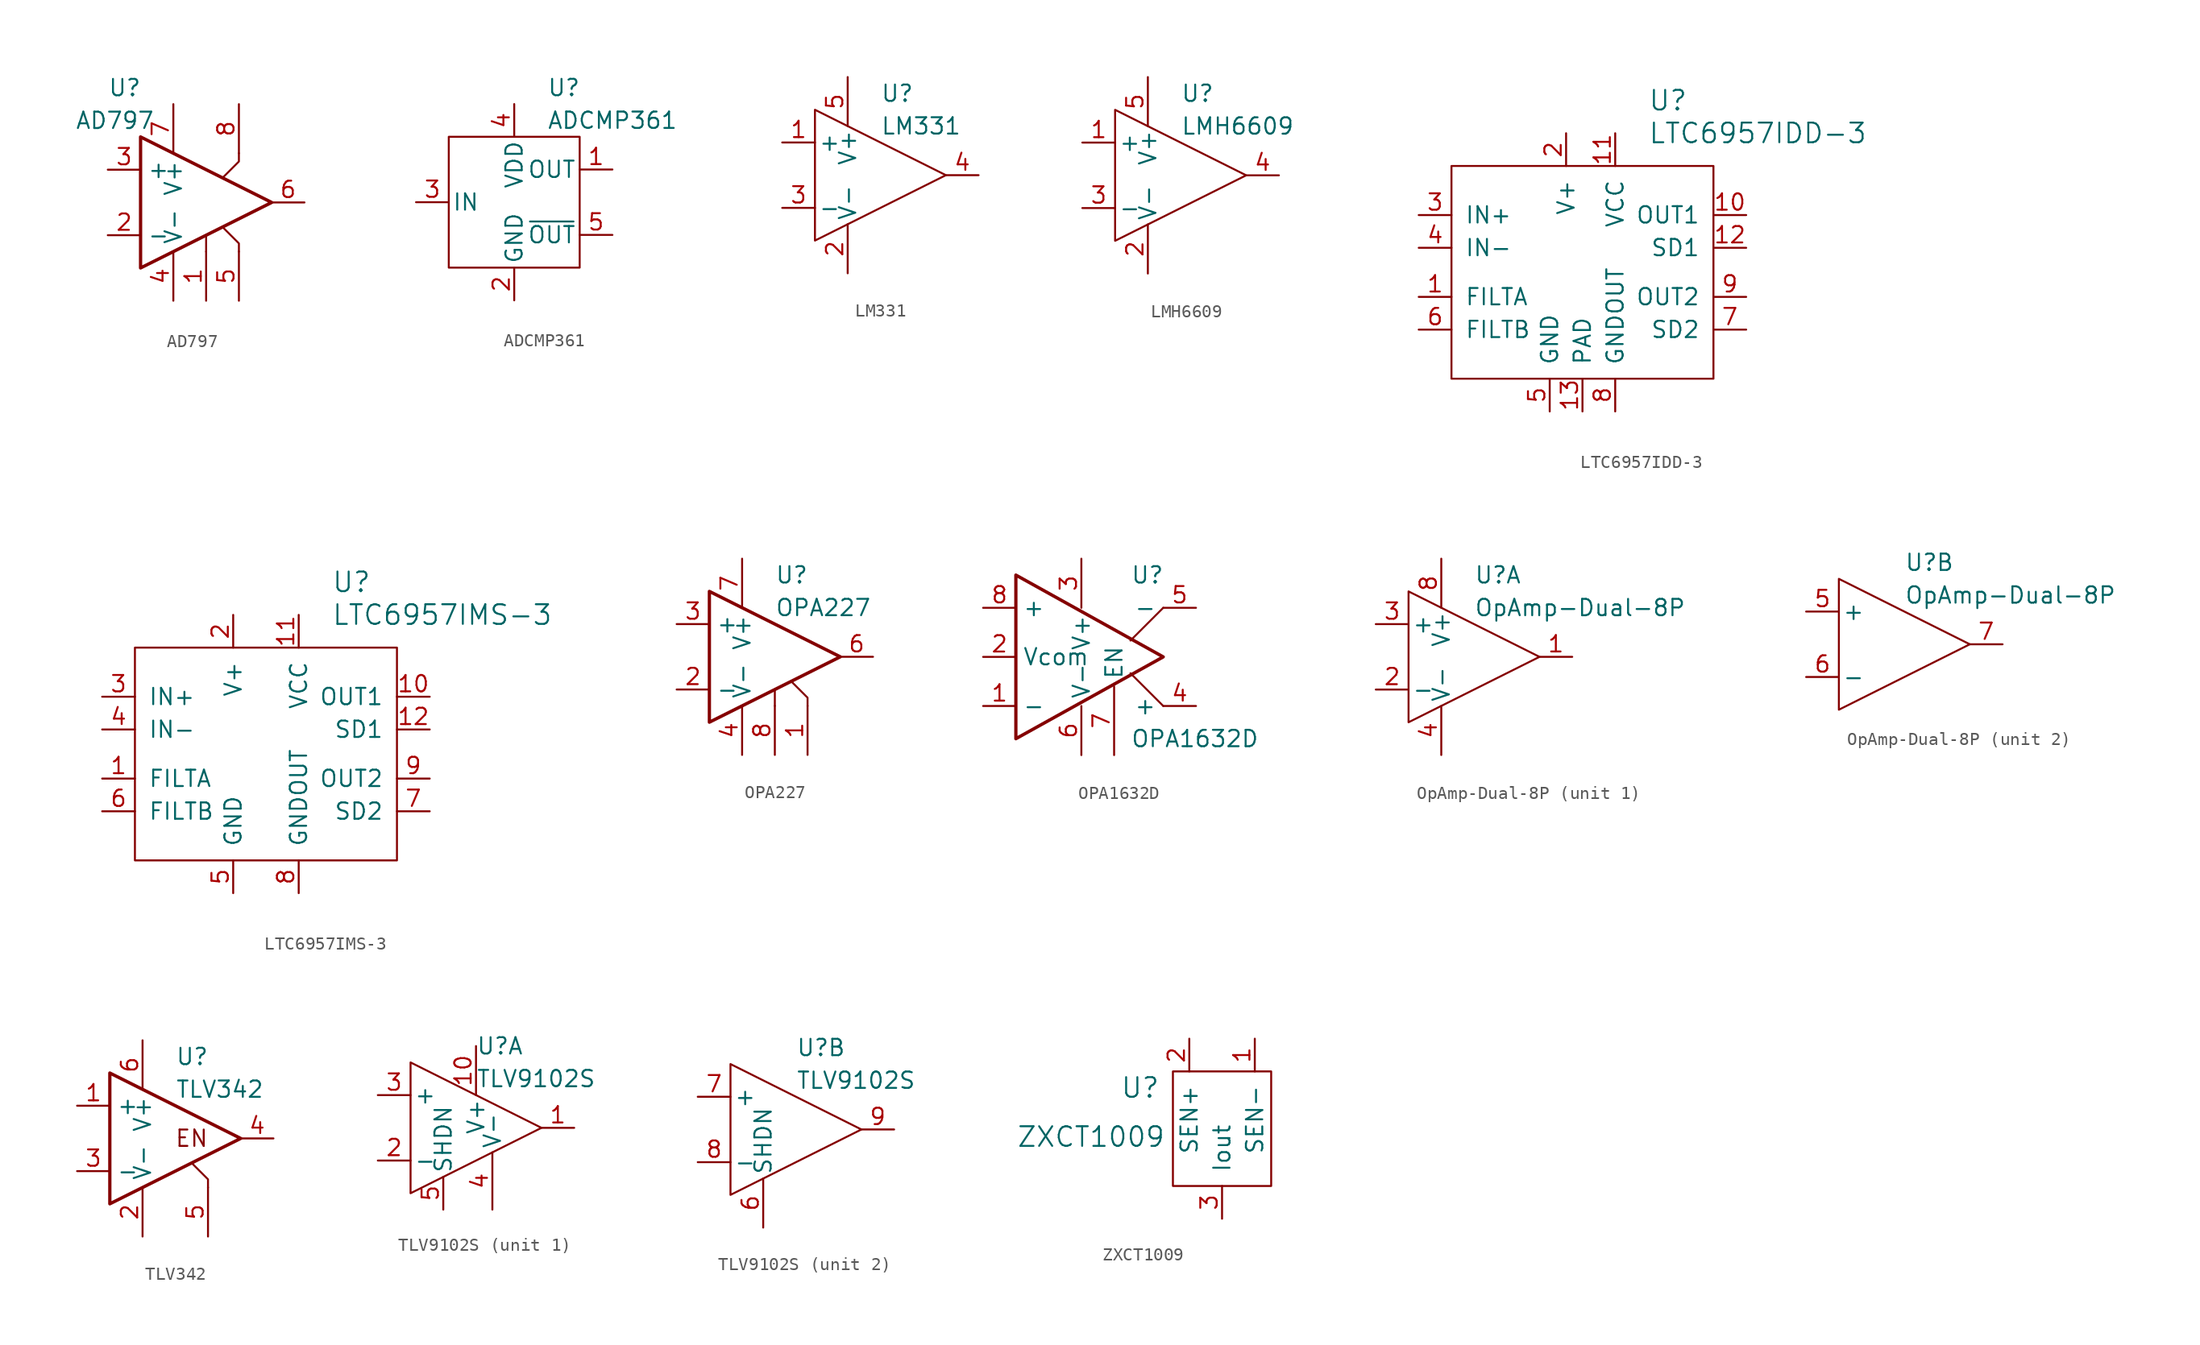
<source format=kicad_sym>
(kicad_symbol_lib
  (version 20211014)
  (generator kicad_symbol_editor)
  (symbol "AD797"
    (property "Reference" "U"
      (at -7.62 8.89 0)
      (effects (font (size 1.27 1.27)) (justify left)))
    (property "Value" "AD797"
      (at -10.16 6.35 0)
      (effects (font (size 1.27 1.27)) (justify left)))
    (property "Footprint" ""
      (at -2.54 -2.54 0)
      (effects (font (size 1.27 1.27))))
    (property "Datasheet" ""
      (at 0 0 0)
      (effects (font (size 1.27 1.27))))
    (symbol "AD797_0_1"
      (polyline (pts (xy 0 -3.81) (xy 0 -2.54)) (stroke (width 0.152) (type default) (color 0 0 0 0)) (fill (type none)))
      (polyline (pts (xy 1.27 -1.905) (xy 2.54 -3.175) (xy 2.54 -3.81)) (stroke (width 0.152) (type default) (color 0 0 0 0)) (fill (type none)))
      (polyline (pts (xy 2.54 3.81) (xy 2.54 3.175) (xy 1.27 1.905)) (stroke (width 0.152) (type default) (color 0 0 0 0)) (fill (type none)))
      (polyline (pts (xy -5.08 5.08) (xy 5.08 0) (xy -5.08 -5.08) (xy -5.08 5.08)) (stroke (width 0.254) (type default) (color 0 0 0 0)) (fill (type none))))
    (symbol "AD797_1_1"
      (pin passive line (at 0 -7.62 90) (length 3.81) (name "~" (effects (font (size 1.27 1.27)))) (number "1" (effects (font (size 1.27 1.27)))))
      (pin input line (at -7.62 -2.54 0) (length 2.54) (name "-" (effects (font (size 1.27 1.27)))) (number "2" (effects (font (size 1.27 1.27)))))
      (pin input line (at -7.62 2.54 0) (length 2.54) (name "+" (effects (font (size 1.27 1.27)))) (number "3" (effects (font (size 1.27 1.27)))))
      (pin power_in line (at -2.54 -7.62 90) (length 3.81) (name "V-" (effects (font (size 1.27 1.27)))) (number "4" (effects (font (size 1.27 1.27)))))
      (pin passive line (at 2.54 -7.62 90) (length 3.81) (name "~" (effects (font (size 1.27 1.27)))) (number "5" (effects (font (size 1.27 1.27)))))
      (pin output line (at 7.62 0 180) (length 2.54) (name "~" (effects (font (size 1.27 1.27)))) (number "6" (effects (font (size 1.27 1.27)))))
      (pin power_in line (at -2.54 7.62 270) (length 3.81) (name "V+" (effects (font (size 1.27 1.27)))) (number "7" (effects (font (size 1.27 1.27)))))
      (pin passive line (at 2.54 7.62 270) (length 3.81) (name "~" (effects (font (size 1.27 1.27)))) (number "8" (effects (font (size 1.27 1.27)))))))
  (symbol "ADCMP361"
    (pin_names
      (offset 0.254))
    (property "Reference" "U"
      (at 2.54 8.89 0)
      (effects (font (size 1.27 1.27)) (justify left)))
    (property "Value" "ADCMP361"
      (at 2.54 6.35 0)
      (effects (font (size 1.27 1.27)) (justify left)))
    (property "Footprint" ""
      (at 0 0 0)
      (effects (font (size 1.524 1.524))))
    (property "Datasheet" ""
      (at 0 0 0)
      (effects (font (size 1.524 1.524))))
    (symbol "ADCMP361_0_1"
      (rectangle (start -5.08 5.08) (end 5.08 -5.08) (stroke (width 0) (type default) (color 0 0 0 0)) (fill (type none))))
    (symbol "ADCMP361_1_1"
      (pin output line (at 7.62 2.54 180) (length 2.54) (name "OUT" (effects (font (size 1.27 1.27)))) (number "1" (effects (font (size 1.27 1.27)))))
      (pin power_in line (at 0 -7.62 90) (length 2.54) (name "GND" (effects (font (size 1.27 1.27)))) (number "2" (effects (font (size 1.27 1.27)))))
      (pin input line (at -7.62 0 0) (length 2.54) (name "IN" (effects (font (size 1.27 1.27)))) (number "3" (effects (font (size 1.27 1.27)))))
      (pin power_in line (at 0 7.62 270) (length 2.54) (name "VDD" (effects (font (size 1.27 1.27)))) (number "4" (effects (font (size 1.27 1.27)))))
      (pin output line (at 7.62 -2.54 180) (length 2.54) (name "~{OUT}" (effects (font (size 1.27 1.27)))) (number "5" (effects (font (size 1.27 1.27)))))))
  (symbol "LM331"
    (pin_names
      (offset 0.254))
    (property "Reference" "U"
      (at 0 6.35 0)
      (effects (font (size 1.27 1.27)) (justify left)))
    (property "Value" "LM331"
      (at 0 3.81 0)
      (effects (font (size 1.27 1.27)) (justify left)))
    (property "Footprint" ""
      (at 0 0 0)
      (effects (font (size 1.524 1.524))))
    (property "Datasheet" ""
      (at 0 0 0)
      (effects (font (size 1.524 1.524))))
    (symbol "LM331_0_1"
      (polyline (pts (xy -5.08 5.08) (xy 5.08 0) (xy -5.08 -5.08) (xy -5.08 5.08)) (stroke (width 0.152) (type default) (color 0 0 0 0)) (fill (type none))))
    (symbol "LM331_1_1"
      (pin input line (at -7.62 2.54 0) (length 2.54) (name "+" (effects (font (size 1.27 1.27)))) (number "1" (effects (font (size 1.27 1.27)))))
      (pin power_in line (at -2.54 -7.62 90) (length 3.81) (name "V-" (effects (font (size 1.27 1.27)))) (number "2" (effects (font (size 1.27 1.27)))))
      (pin input line (at -7.62 -2.54 0) (length 2.54) (name "-" (effects (font (size 1.27 1.27)))) (number "3" (effects (font (size 1.27 1.27)))))
      (pin output line (at 7.62 0 180) (length 2.54) (name "~" (effects (font (size 1.27 1.27)))) (number "4" (effects (font (size 1.27 1.27)))))
      (pin power_in line (at -2.54 7.62 270) (length 3.81) (name "V+" (effects (font (size 1.27 1.27)))) (number "5" (effects (font (size 1.27 1.27)))))))
  (symbol "LMH6609"
    (pin_names
      (offset 0.254))
    (property "Reference" "U"
      (at 0 6.35 0)
      (effects (font (size 1.27 1.27)) (justify left)))
    (property "Value" "LMH6609"
      (at 0 3.81 0)
      (effects (font (size 1.27 1.27)) (justify left)))
    (property "Footprint" ""
      (at 0 0 0)
      (effects (font (size 1.524 1.524))))
    (property "Datasheet" ""
      (at 0 0 0)
      (effects (font (size 1.524 1.524))))
    (symbol "LMH6609_0_1"
      (polyline (pts (xy -5.08 5.08) (xy 5.08 0) (xy -5.08 -5.08) (xy -5.08 5.08)) (stroke (width 0.152) (type default) (color 0 0 0 0)) (fill (type none))))
    (symbol "LMH6609_1_1"
      (pin input line (at -7.62 2.54 0) (length 2.54) (name "+" (effects (font (size 1.27 1.27)))) (number "1" (effects (font (size 1.27 1.27)))))
      (pin power_in line (at -2.54 -7.62 90) (length 3.81) (name "V-" (effects (font (size 1.27 1.27)))) (number "2" (effects (font (size 1.27 1.27)))))
      (pin input line (at -7.62 -2.54 0) (length 2.54) (name "-" (effects (font (size 1.27 1.27)))) (number "3" (effects (font (size 1.27 1.27)))))
      (pin output line (at 7.62 0 180) (length 2.54) (name "~" (effects (font (size 1.27 1.27)))) (number "4" (effects (font (size 1.27 1.27)))))
      (pin power_in line (at -2.54 7.62 270) (length 3.81) (name "V+" (effects (font (size 1.27 1.27)))) (number "5" (effects (font (size 1.27 1.27)))))))
  (symbol "LTC6957IDD-3"
    (pin_names
      (offset 1.016))
    (property "Reference" "U"
      (at 5.08 11.43 0)
      (effects (font (size 1.524 1.524)) (justify left)))
    (property "Value" "LTC6957IDD-3"
      (at 5.08 8.89 0)
      (effects (font (size 1.524 1.524)) (justify left)))
    (symbol "LTC6957IDD-3_0_1"
      (rectangle (start -10.16 6.35) (end 10.16 -10.16) (stroke (width 0) (type default) (color 0 0 0 0)) (fill (type none))))
    (symbol "LTC6957IDD-3_1_1"
      (pin input line (at -12.7 -3.81 0) (length 2.54) (name "FILTA" (effects (font (size 1.27 1.27)))) (number "1" (effects (font (size 1.27 1.27)))))
      (pin output line (at 12.7 2.54 180) (length 2.54) (name "OUT1" (effects (font (size 1.27 1.27)))) (number "10" (effects (font (size 1.27 1.27)))))
      (pin power_in line (at 2.54 8.89 270) (length 2.54) (name "VCC" (effects (font (size 1.27 1.27)))) (number "11" (effects (font (size 1.27 1.27)))))
      (pin input line (at 12.7 0 180) (length 2.54) (name "SD1" (effects (font (size 1.27 1.27)))) (number "12" (effects (font (size 1.27 1.27)))))
      (pin power_in line (at 0 -12.7 90) (length 2.54) (name "PAD" (effects (font (size 1.27 1.27)))) (number "13" (effects (font (size 1.27 1.27)))))
      (pin power_in line (at -1.27 8.89 270) (length 2.54) (name "V+" (effects (font (size 1.27 1.27)))) (number "2" (effects (font (size 1.27 1.27)))))
      (pin input line (at -12.7 2.54 0) (length 2.54) (name "IN+" (effects (font (size 1.27 1.27)))) (number "3" (effects (font (size 1.27 1.27)))))
      (pin input line (at -12.7 0 0) (length 2.54) (name "IN-" (effects (font (size 1.27 1.27)))) (number "4" (effects (font (size 1.27 1.27)))))
      (pin power_in line (at -2.54 -12.7 90) (length 2.54) (name "GND" (effects (font (size 1.27 1.27)))) (number "5" (effects (font (size 1.27 1.27)))))
      (pin input line (at -12.7 -6.35 0) (length 2.54) (name "FILTB" (effects (font (size 1.27 1.27)))) (number "6" (effects (font (size 1.27 1.27)))))
      (pin input line (at 12.7 -6.35 180) (length 2.54) (name "SD2" (effects (font (size 1.27 1.27)))) (number "7" (effects (font (size 1.27 1.27)))))
      (pin power_in line (at 2.54 -12.7 90) (length 2.54) (name "GNDOUT" (effects (font (size 1.27 1.27)))) (number "8" (effects (font (size 1.27 1.27)))))
      (pin output line (at 12.7 -3.81 180) (length 2.54) (name "OUT2" (effects (font (size 1.27 1.27)))) (number "9" (effects (font (size 1.27 1.27)))))))
  (symbol "LTC6957IMS-3"
    (pin_names
      (offset 1.016))
    (property "Reference" "U"
      (at 5.08 11.43 0)
      (effects (font (size 1.524 1.524)) (justify left)))
    (property "Value" "LTC6957IMS-3"
      (at 5.08 8.89 0)
      (effects (font (size 1.524 1.524)) (justify left)))
    (symbol "LTC6957IMS-3_0_1"
      (rectangle (start -10.16 6.35) (end 10.16 -10.16) (stroke (width 0) (type default) (color 0 0 0 0)) (fill (type none))))
    (symbol "LTC6957IMS-3_1_1"
      (pin input line (at -12.7 -3.81 0) (length 2.54) (name "FILTA" (effects (font (size 1.27 1.27)))) (number "1" (effects (font (size 1.27 1.27)))))
      (pin output line (at 12.7 2.54 180) (length 2.54) (name "OUT1" (effects (font (size 1.27 1.27)))) (number "10" (effects (font (size 1.27 1.27)))))
      (pin power_in line (at 2.54 8.89 270) (length 2.54) (name "VCC" (effects (font (size 1.27 1.27)))) (number "11" (effects (font (size 1.27 1.27)))))
      (pin input line (at 12.7 0 180) (length 2.54) (name "SD1" (effects (font (size 1.27 1.27)))) (number "12" (effects (font (size 1.27 1.27)))))
      (pin power_in line (at -2.54 8.89 270) (length 2.54) (name "V+" (effects (font (size 1.27 1.27)))) (number "2" (effects (font (size 1.27 1.27)))))
      (pin input line (at -12.7 2.54 0) (length 2.54) (name "IN+" (effects (font (size 1.27 1.27)))) (number "3" (effects (font (size 1.27 1.27)))))
      (pin input line (at -12.7 0 0) (length 2.54) (name "IN-" (effects (font (size 1.27 1.27)))) (number "4" (effects (font (size 1.27 1.27)))))
      (pin power_in line (at -2.54 -12.7 90) (length 2.54) (name "GND" (effects (font (size 1.27 1.27)))) (number "5" (effects (font (size 1.27 1.27)))))
      (pin input line (at -12.7 -6.35 0) (length 2.54) (name "FILTB" (effects (font (size 1.27 1.27)))) (number "6" (effects (font (size 1.27 1.27)))))
      (pin input line (at 12.7 -6.35 180) (length 2.54) (name "SD2" (effects (font (size 1.27 1.27)))) (number "7" (effects (font (size 1.27 1.27)))))
      (pin power_in line (at 2.54 -12.7 90) (length 2.54) (name "GNDOUT" (effects (font (size 1.27 1.27)))) (number "8" (effects (font (size 1.27 1.27)))))
      (pin output line (at 12.7 -3.81 180) (length 2.54) (name "OUT2" (effects (font (size 1.27 1.27)))) (number "9" (effects (font (size 1.27 1.27)))))))
  (symbol "OPA227"
    (property "Reference" "U"
      (at 0 6.35 0)
      (effects (font (size 1.27 1.27)) (justify left)))
    (property "Value" "OPA227"
      (at 0 3.81 0)
      (effects (font (size 1.27 1.27)) (justify left)))
    (property "Footprint" ""
      (at -2.54 -2.54 0)
      (effects (font (size 1.27 1.27))))
    (property "Datasheet" ""
      (at 0 0 0)
      (effects (font (size 1.27 1.27))))
    (symbol "OPA227_0_1"
      (polyline (pts (xy 0 -3.81) (xy 0 -2.54)) (stroke (width 0.152) (type default) (color 0 0 0 0)) (fill (type none)))
      (polyline (pts (xy 1.27 -1.905) (xy 2.54 -3.175) (xy 2.54 -3.81)) (stroke (width 0.152) (type default) (color 0 0 0 0)) (fill (type none)))
      (polyline (pts (xy -5.08 5.08) (xy 5.08 0) (xy -5.08 -5.08) (xy -5.08 5.08)) (stroke (width 0.254) (type default) (color 0 0 0 0)) (fill (type none))))
    (symbol "OPA227_1_1"
      (pin passive line (at 2.54 -7.62 90) (length 3.81) (name "~" (effects (font (size 1.27 1.27)))) (number "1" (effects (font (size 1.27 1.27)))))
      (pin input line (at -7.62 -2.54 0) (length 2.54) (name "-" (effects (font (size 1.27 1.27)))) (number "2" (effects (font (size 1.27 1.27)))))
      (pin input line (at -7.62 2.54 0) (length 2.54) (name "+" (effects (font (size 1.27 1.27)))) (number "3" (effects (font (size 1.27 1.27)))))
      (pin power_in line (at -2.54 -7.62 90) (length 3.81) (name "V-" (effects (font (size 1.27 1.27)))) (number "4" (effects (font (size 1.27 1.27)))))
      (pin output line (at 7.62 0 180) (length 2.54) (name "~" (effects (font (size 1.27 1.27)))) (number "6" (effects (font (size 1.27 1.27)))))
      (pin power_in line (at -2.54 7.62 270) (length 3.81) (name "V+" (effects (font (size 1.27 1.27)))) (number "7" (effects (font (size 1.27 1.27)))))
      (pin passive line (at 0 -7.62 90) (length 3.81) (name "~" (effects (font (size 1.27 1.27)))) (number "8" (effects (font (size 1.27 1.27)))))))
  (symbol "OPA1632D"
    (property "Reference" "U"
      (at 3.81 6.35 0)
      (effects (font (size 1.27 1.27)) (justify left)))
    (property "Value" "OPA1632D"
      (at 3.81 -6.35 0)
      (effects (font (size 1.27 1.27)) (justify left)))
    (property "Footprint" ""
      (at 0 0 0)
      (effects (font (size 1.27 1.27))))
    (property "Datasheet" ""
      (at 0 0 0)
      (effects (font (size 1.27 1.27))))
    (symbol "OPA1632D_0_1"
      (polyline (pts (xy 6.35 -3.81) (xy 3.81 -1.27)) (stroke (width 0) (type default) (color 0 0 0 0)) (fill (type none)))
      (polyline (pts (xy 6.35 3.81) (xy 3.81 1.27)) (stroke (width 0) (type default) (color 0 0 0 0)) (fill (type none)))
      (polyline (pts (xy 6.35 0) (xy -5.08 6.35) (xy -5.08 -6.35) (xy 6.35 0)) (stroke (width 0.254) (type default) (color 0 0 0 0)) (fill (type none))))
    (symbol "OPA1632D_1_1"
      (pin input line (at -7.62 -3.81 0) (length 2.54) (name "-" (effects (font (size 1.27 1.27)))) (number "1" (effects (font (size 1.27 1.27)))))
      (pin input line (at -7.62 0 0) (length 2.54) (name "Vcom" (effects (font (size 1.27 1.27)))) (number "2" (effects (font (size 1.27 1.27)))))
      (pin power_in line (at 0 7.62 270) (length 3.81) (name "V+" (effects (font (size 1.27 1.27)))) (number "3" (effects (font (size 1.27 1.27)))))
      (pin output line (at 8.89 -3.81 180) (length 2.54) (name "+" (effects (font (size 1.27 1.27)))) (number "4" (effects (font (size 1.27 1.27)))))
      (pin output line (at 8.89 3.81 180) (length 2.54) (name "-" (effects (font (size 1.27 1.27)))) (number "5" (effects (font (size 1.27 1.27)))))
      (pin power_in line (at 0 -7.62 90) (length 3.81) (name "V-" (effects (font (size 1.27 1.27)))) (number "6" (effects (font (size 1.27 1.27)))))
      (pin passive line (at 2.54 -7.62 90) (length 5.334) (name "EN" (effects (font (size 1.27 1.27)))) (number "7" (effects (font (size 1.27 1.27)))))
      (pin input line (at -7.62 3.81 0) (length 2.54) (name "+" (effects (font (size 1.27 1.27)))) (number "8" (effects (font (size 1.27 1.27)))))))
  (symbol "OpAmp-Dual-8P"
    (pin_names
      (offset 0.254))
    (property "Reference" "U"
      (at 0 6.35 0)
      (effects (font (size 1.27 1.27)) (justify left)))
    (property "Value" "OpAmp-Dual-8P"
      (at 0 3.81 0)
      (effects (font (size 1.27 1.27)) (justify left)))
    (property "Footprint" ""
      (at 0 0 0)
      (effects (font (size 1.524 1.524))))
    (property "Datasheet" ""
      (at 0 0 0)
      (effects (font (size 1.524 1.524))))
    (symbol "OpAmp-Dual-8P_0_1"
      (polyline (pts (xy -5.08 5.08) (xy 5.08 0) (xy -5.08 -5.08) (xy -5.08 5.08)) (stroke (width 0.152) (type default) (color 0 0 0 0)) (fill (type none))))
    (symbol "OpAmp-Dual-8P_1_1"
      (pin output line (at 7.62 0 180) (length 2.54) (name "~" (effects (font (size 1.27 1.27)))) (number "1" (effects (font (size 1.27 1.27)))))
      (pin input line (at -7.62 -2.54 0) (length 2.54) (name "-" (effects (font (size 1.27 1.27)))) (number "2" (effects (font (size 1.27 1.27)))))
      (pin input line (at -7.62 2.54 0) (length 2.54) (name "+" (effects (font (size 1.27 1.27)))) (number "3" (effects (font (size 1.27 1.27)))))
      (pin power_in line (at -2.54 -7.62 90) (length 3.81) (name "V-" (effects (font (size 1.27 1.27)))) (number "4" (effects (font (size 1.27 1.27)))))
      (pin power_in line (at -2.54 7.62 270) (length 3.81) (name "V+" (effects (font (size 1.27 1.27)))) (number "8" (effects (font (size 1.27 1.27))))))
    (symbol "OpAmp-Dual-8P_2_1"
      (pin input line (at -7.62 2.54 0) (length 2.54) (name "+" (effects (font (size 1.27 1.27)))) (number "5" (effects (font (size 1.27 1.27)))))
      (pin input line (at -7.62 -2.54 0) (length 2.54) (name "-" (effects (font (size 1.27 1.27)))) (number "6" (effects (font (size 1.27 1.27)))))
      (pin output line (at 7.62 0 180) (length 2.54) (name "~" (effects (font (size 1.27 1.27)))) (number "7" (effects (font (size 1.27 1.27)))))))
  (symbol "TLV342"
    (property "Reference" "U"
      (at 0 6.35 0)
      (effects (font (size 1.27 1.27)) (justify left)))
    (property "Value" "TLV342"
      (at 0 3.81 0)
      (effects (font (size 1.27 1.27)) (justify left)))
    (property "Footprint" ""
      (at -2.54 -2.54 0)
      (effects (font (size 1.27 1.27))))
    (property "Datasheet" ""
      (at 0 0 0)
      (effects (font (size 1.27 1.27))))
    (symbol "TLV342_0_0"
      (text "EN" (at 1.27 0 0) (effects (font (size 1.27 1.27)))))
    (symbol "TLV342_0_1"
      (polyline (pts (xy 1.27 -1.905) (xy 2.54 -3.175) (xy 2.54 -3.81)) (stroke (width 0.152) (type default) (color 0 0 0 0)) (fill (type none)))
      (polyline (pts (xy -5.08 5.08) (xy 5.08 0) (xy -5.08 -5.08) (xy -5.08 5.08)) (stroke (width 0.254) (type default) (color 0 0 0 0)) (fill (type none))))
    (symbol "TLV342_1_1"
      (pin input line (at -7.62 2.54 0) (length 2.54) (name "+" (effects (font (size 1.27 1.27)))) (number "1" (effects (font (size 1.27 1.27)))))
      (pin power_in line (at -2.54 -7.62 90) (length 3.81) (name "V-" (effects (font (size 1.27 1.27)))) (number "2" (effects (font (size 1.27 1.27)))))
      (pin input line (at -7.62 -2.54 0) (length 2.54) (name "-" (effects (font (size 1.27 1.27)))) (number "3" (effects (font (size 1.27 1.27)))))
      (pin output line (at 7.62 0 180) (length 2.54) (name "~" (effects (font (size 1.27 1.27)))) (number "4" (effects (font (size 1.27 1.27)))))
      (pin passive line (at 2.54 -7.62 90) (length 3.81) (name "~" (effects (font (size 1.27 1.27)))) (number "5" (effects (font (size 1.27 1.27)))))
      (pin power_in line (at -2.54 7.62 270) (length 3.81) (name "V+" (effects (font (size 1.27 1.27)))) (number "6" (effects (font (size 1.27 1.27)))))))
  (symbol "TLV9102S"
    (pin_names
      (offset 0.254))
    (property "Reference" "U"
      (at 0 6.35 0)
      (effects (font (size 1.27 1.27)) (justify left)))
    (property "Value" "TLV9102S"
      (at 0 3.81 0)
      (effects (font (size 1.27 1.27)) (justify left)))
    (property "Footprint" ""
      (at 0 0 0)
      (effects (font (size 1.524 1.524))))
    (property "Datasheet" ""
      (at 0 0 0)
      (effects (font (size 1.524 1.524))))
    (symbol "TLV9102S_0_1"
      (polyline (pts (xy -5.08 5.08) (xy 5.08 0) (xy -5.08 -5.08) (xy -5.08 5.08)) (stroke (width 0.152) (type default) (color 0 0 0 0)) (fill (type none))))
    (symbol "TLV9102S_1_1"
      (pin output line (at 7.62 0 180) (length 2.54) (name "~" (effects (font (size 1.27 1.27)))) (number "1" (effects (font (size 1.27 1.27)))))
      (pin power_in line (at 0 6.35 270) (length 3.81) (name "V+" (effects (font (size 1.27 1.27)))) (number "10" (effects (font (size 1.27 1.27)))))
      (pin input line (at -7.62 -2.54 0) (length 2.54) (name "-" (effects (font (size 1.27 1.27)))) (number "2" (effects (font (size 1.27 1.27)))))
      (pin input line (at -7.62 2.54 0) (length 2.54) (name "+" (effects (font (size 1.27 1.27)))) (number "3" (effects (font (size 1.27 1.27)))))
      (pin input line (at 1.27 -6.35 90) (length 4.445) (name "V-" (effects (font (size 1.27 1.27)))) (number "4" (effects (font (size 1.27 1.27)))))
      (pin power_in line (at -2.54 -6.35 90) (length 2.54) (name "SHDN" (effects (font (size 1.27 1.27)))) (number "5" (effects (font (size 1.27 1.27))))))
    (symbol "TLV9102S_2_1"
      (pin input line (at -2.54 -7.62 90) (length 3.81) (name "SHDN" (effects (font (size 1.27 1.27)))) (number "6" (effects (font (size 1.27 1.27)))))
      (pin input line (at -7.62 2.54 0) (length 2.54) (name "+" (effects (font (size 1.27 1.27)))) (number "7" (effects (font (size 1.27 1.27)))))
      (pin input line (at -7.62 -2.54 0) (length 2.54) (name "-" (effects (font (size 1.27 1.27)))) (number "8" (effects (font (size 1.27 1.27)))))
      (pin output line (at 7.62 0 180) (length 2.54) (name "~" (effects (font (size 1.27 1.27)))) (number "9" (effects (font (size 1.27 1.27)))))))
  (symbol "ZXCT1009"
    (pin_names
      (offset 1.016))
    (property "Reference" "U"
      (at -6.35 1.27 0)
      (effects (font (size 1.524 1.524))))
    (property "Value" "ZXCT1009"
      (at -10.16 -2.54 0)
      (effects (font (size 1.524 1.524))))
    (symbol "ZXCT1009_0_1"
      (rectangle (start -3.81 2.54) (end 3.81 -6.35) (stroke (width 0) (type default) (color 0 0 0 0)) (fill (type none))))
    (symbol "ZXCT1009_1_1"
      (pin input line (at 2.54 5.08 270) (length 2.54) (name "SEN-" (effects (font (size 1.27 1.27)))) (number "1" (effects (font (size 1.27 1.27)))))
      (pin input line (at -2.54 5.08 270) (length 2.54) (name "SEN+" (effects (font (size 1.27 1.27)))) (number "2" (effects (font (size 1.27 1.27)))))
      (pin output line (at 0 -8.89 90) (length 2.54) (name "Iout" (effects (font (size 1.27 1.27)))) (number "3" (effects (font (size 1.27 1.27))))))))
</source>
